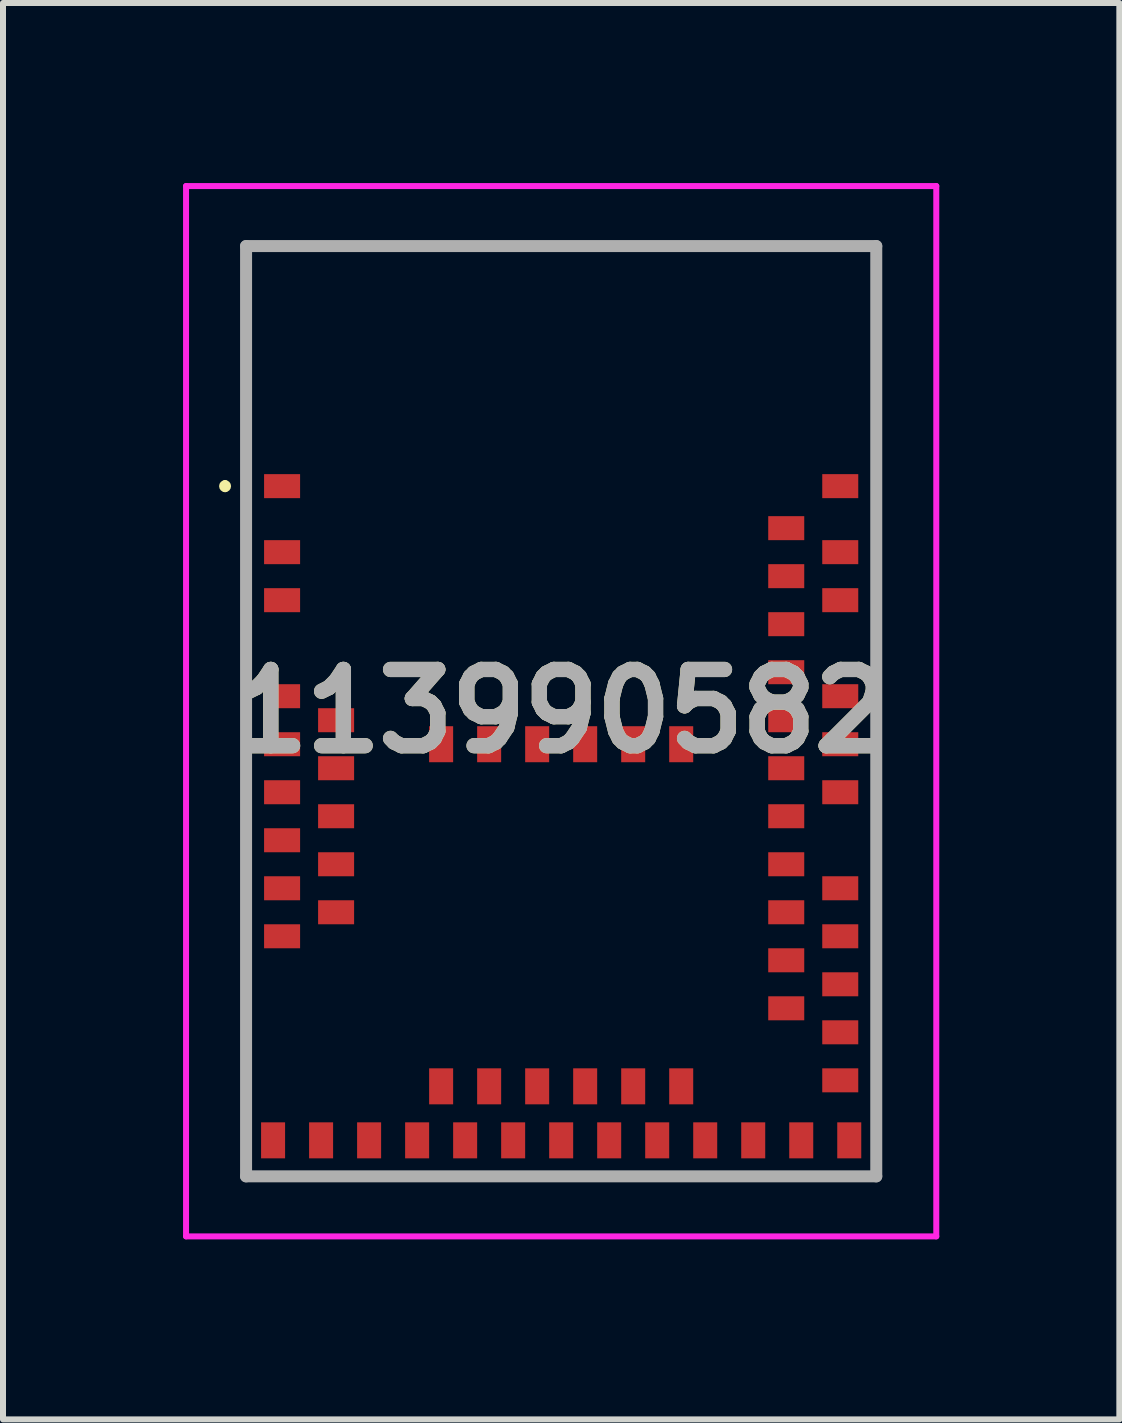
<source format=kicad_pcb>
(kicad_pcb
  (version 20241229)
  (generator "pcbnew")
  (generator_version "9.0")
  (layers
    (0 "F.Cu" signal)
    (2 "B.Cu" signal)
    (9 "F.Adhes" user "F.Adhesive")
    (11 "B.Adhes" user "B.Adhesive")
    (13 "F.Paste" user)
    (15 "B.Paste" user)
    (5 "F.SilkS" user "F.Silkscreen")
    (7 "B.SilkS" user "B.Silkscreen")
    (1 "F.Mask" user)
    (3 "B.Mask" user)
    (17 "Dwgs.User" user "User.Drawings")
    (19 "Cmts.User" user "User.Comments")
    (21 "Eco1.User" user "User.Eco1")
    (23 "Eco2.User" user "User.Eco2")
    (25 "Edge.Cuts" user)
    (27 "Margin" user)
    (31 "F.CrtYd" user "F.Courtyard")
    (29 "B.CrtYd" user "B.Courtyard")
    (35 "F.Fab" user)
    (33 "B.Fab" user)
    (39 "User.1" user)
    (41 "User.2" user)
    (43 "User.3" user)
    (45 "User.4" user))
  (footprint "113990582"
    (layer "F.Cu")
    (at 6.3 8.8)
    (property "Reference" "113990582" (at 0 0 0) (layer "F.SilkS") (effects (font (size 1.27 1.27) (thickness 0.254))))
    (attr smd)
    (fp_line (start -5.6 -3.8) (end -5.6 -3.8) (stroke (width 0.1) (type solid)) (layer "F.SilkS"))
    (fp_line (start -5.6 -3.7) (end -5.6 -3.7) (stroke (width 0.1) (type solid)) (layer "F.SilkS"))
    (fp_line (start -5.25 -7.75) (end 5.25 -7.75) (stroke (width 0.1) (type solid)) (layer "F.SilkS"))
    (fp_line (start -5.25 7.75) (end -5.25 -7.75) (stroke (width 0.1) (type solid)) (layer "F.SilkS"))
    (fp_line (start 5.25 -7.75) (end 5.25 7.75) (stroke (width 0.1) (type solid)) (layer "F.SilkS"))
    (fp_line (start 5.25 7.75) (end -5.25 7.75) (stroke (width 0.1) (type solid)) (layer "F.SilkS"))
    (fp_arc (start -5.6 -3.8) (mid -5.55 -3.75) (end -5.6 -3.7) (stroke (width 0.1) (type solid)) (layer "F.SilkS"))
    (fp_arc (start -5.6 -3.7) (mid -5.65 -3.75) (end -5.6 -3.8) (stroke (width 0.1) (type solid)) (layer "F.SilkS"))
    (fp_line (start -6.25 -8.75) (end 6.25 -8.75) (stroke (width 0.1) (type solid)) (layer "F.CrtYd"))
    (fp_line (start -6.25 8.75) (end -6.25 -8.75) (stroke (width 0.1) (type solid)) (layer "F.CrtYd"))
    (fp_line (start 6.25 -8.75) (end 6.25 8.75) (stroke (width 0.1) (type solid)) (layer "F.CrtYd"))
    (fp_line (start 6.25 8.75) (end -6.25 8.75) (stroke (width 0.1) (type solid)) (layer "F.CrtYd"))
    (fp_line (start -5.25 -7.75) (end 5.25 -7.75) (stroke (width 0.2) (type solid)) (layer "F.Fab"))
    (fp_line (start -5.25 7.75) (end -5.25 -7.75) (stroke (width 0.2) (type solid)) (layer "F.Fab"))
    (fp_line (start 5.25 -7.75) (end 5.25 7.75) (stroke (width 0.2) (type solid)) (layer "F.Fab"))
    (fp_line (start 5.25 7.75) (end -5.25 7.75) (stroke (width 0.2) (type solid)) (layer "F.Fab"))
    (fp_text user "${REFERENCE}" (at 0 0 0) (layer "F.Fab") (effects (font (size 1.27 1.27) (thickness 0.254))))
    (pad "1" smd rect (at -4.65 -3.75 90) (size 0.4 0.6) (layers "F.Cu" "F.Mask" "F.Paste"))
    (pad "2" smd rect (at -4.65 -2.65 90) (size 0.4 0.6) (layers "F.Cu" "F.Mask" "F.Paste"))
    (pad "3" smd rect (at -4.65 -1.85 90) (size 0.4 0.6) (layers "F.Cu" "F.Mask" "F.Paste"))
    (pad "4" smd rect (at -4.65 -0.25 90) (size 0.4 0.6) (layers "F.Cu" "F.Mask" "F.Paste"))
    (pad "5" smd rect (at -3.75 0.15 90) (size 0.4 0.6) (layers "F.Cu" "F.Mask" "F.Paste"))
    (pad "6" smd rect (at -4.65 0.55 90) (size 0.4 0.6) (layers "F.Cu" "F.Mask" "F.Paste"))
    (pad "7" smd rect (at -3.75 0.95 90) (size 0.4 0.6) (layers "F.Cu" "F.Mask" "F.Paste"))
    (pad "8" smd rect (at -4.65 1.35 90) (size 0.4 0.6) (layers "F.Cu" "F.Mask" "F.Paste"))
    (pad "9" smd rect (at -3.75 1.75 90) (size 0.4 0.6) (layers "F.Cu" "F.Mask" "F.Paste"))
    (pad "10" smd rect (at -4.65 2.15 90) (size 0.4 0.6) (layers "F.Cu" "F.Mask" "F.Paste"))
    (pad "11" smd rect (at -3.75 2.55 90) (size 0.4 0.6) (layers "F.Cu" "F.Mask" "F.Paste"))
    (pad "12" smd rect (at -4.65 2.95 90) (size 0.4 0.6) (layers "F.Cu" "F.Mask" "F.Paste"))
    (pad "13" smd rect (at -3.75 3.35 90) (size 0.4 0.6) (layers "F.Cu" "F.Mask" "F.Paste"))
    (pad "14" smd rect (at -4.65 3.75 90) (size 0.4 0.6) (layers "F.Cu" "F.Mask" "F.Paste"))
    (pad "15" smd rect (at -4.8 7.15) (size 0.4 0.6) (layers "F.Cu" "F.Mask" "F.Paste"))
    (pad "16" smd rect (at -4 7.15) (size 0.4 0.6) (layers "F.Cu" "F.Mask" "F.Paste"))
    (pad "17" smd rect (at -3.2 7.15) (size 0.4 0.6) (layers "F.Cu" "F.Mask" "F.Paste"))
    (pad "18" smd rect (at -2.4 7.15) (size 0.4 0.6) (layers "F.Cu" "F.Mask" "F.Paste"))
    (pad "19" smd rect (at -2 6.25) (size 0.4 0.6) (layers "F.Cu" "F.Mask" "F.Paste"))
    (pad "20" smd rect (at -1.6 7.15) (size 0.4 0.6) (layers "F.Cu" "F.Mask" "F.Paste"))
    (pad "21" smd rect (at -1.2 6.25) (size 0.4 0.6) (layers "F.Cu" "F.Mask" "F.Paste"))
    (pad "22" smd rect (at -0.8 7.15) (size 0.4 0.6) (layers "F.Cu" "F.Mask" "F.Paste"))
    (pad "23" smd rect (at -0.4 6.25) (size 0.4 0.6) (layers "F.Cu" "F.Mask" "F.Paste"))
    (pad "24" smd rect (at 0 7.15) (size 0.4 0.6) (layers "F.Cu" "F.Mask" "F.Paste"))
    (pad "25" smd rect (at 0.4 6.25) (size 0.4 0.6) (layers "F.Cu" "F.Mask" "F.Paste"))
    (pad "26" smd rect (at 0.8 7.15) (size 0.4 0.6) (layers "F.Cu" "F.Mask" "F.Paste"))
    (pad "27" smd rect (at 1.2 6.25) (size 0.4 0.6) (layers "F.Cu" "F.Mask" "F.Paste"))
    (pad "28" smd rect (at 1.6 7.15) (size 0.4 0.6) (layers "F.Cu" "F.Mask" "F.Paste"))
    (pad "29" smd rect (at 2 6.25) (size 0.4 0.6) (layers "F.Cu" "F.Mask" "F.Paste"))
    (pad "30" smd rect (at 2.4 7.15) (size 0.4 0.6) (layers "F.Cu" "F.Mask" "F.Paste"))
    (pad "31" smd rect (at 3.2 7.15) (size 0.4 0.6) (layers "F.Cu" "F.Mask" "F.Paste"))
    (pad "32" smd rect (at 4 7.15) (size 0.4 0.6) (layers "F.Cu" "F.Mask" "F.Paste"))
    (pad "33" smd rect (at 4.8 7.15) (size 0.4 0.6) (layers "F.Cu" "F.Mask" "F.Paste"))
    (pad "34" smd rect (at 4.65 6.15 90) (size 0.4 0.6) (layers "F.Cu" "F.Mask" "F.Paste"))
    (pad "35" smd rect (at 4.65 5.35 90) (size 0.4 0.6) (layers "F.Cu" "F.Mask" "F.Paste"))
    (pad "36" smd rect (at 3.75 4.95 90) (size 0.4 0.6) (layers "F.Cu" "F.Mask" "F.Paste"))
    (pad "37" smd rect (at 4.65 4.55 90) (size 0.4 0.6) (layers "F.Cu" "F.Mask" "F.Paste"))
    (pad "38" smd rect (at 3.75 4.15 90) (size 0.4 0.6) (layers "F.Cu" "F.Mask" "F.Paste"))
    (pad "39" smd rect (at 4.65 3.75 90) (size 0.4 0.6) (layers "F.Cu" "F.Mask" "F.Paste"))
    (pad "40" smd rect (at 3.75 3.35 90) (size 0.4 0.6) (layers "F.Cu" "F.Mask" "F.Paste"))
    (pad "41" smd rect (at 4.65 2.95 90) (size 0.4 0.6) (layers "F.Cu" "F.Mask" "F.Paste"))
    (pad "42" smd rect (at 3.75 2.55 90) (size 0.4 0.6) (layers "F.Cu" "F.Mask" "F.Paste"))
    (pad "43" smd rect (at 3.75 1.75 90) (size 0.4 0.6) (layers "F.Cu" "F.Mask" "F.Paste"))
    (pad "44" smd rect (at 4.65 1.35 90) (size 0.4 0.6) (layers "F.Cu" "F.Mask" "F.Paste"))
    (pad "45" smd rect (at 3.75 0.95 90) (size 0.4 0.6) (layers "F.Cu" "F.Mask" "F.Paste"))
    (pad "46" smd rect (at 4.65 0.55 90) (size 0.4 0.6) (layers "F.Cu" "F.Mask" "F.Paste"))
    (pad "47" smd rect (at 3.75 0.15 90) (size 0.4 0.6) (layers "F.Cu" "F.Mask" "F.Paste"))
    (pad "48" smd rect (at 4.65 -0.25 90) (size 0.4 0.6) (layers "F.Cu" "F.Mask" "F.Paste"))
    (pad "49" smd rect (at 3.75 -0.65 90) (size 0.4 0.6) (layers "F.Cu" "F.Mask" "F.Paste"))
    (pad "50" smd rect (at 3.75 -1.45 90) (size 0.4 0.6) (layers "F.Cu" "F.Mask" "F.Paste"))
    (pad "51" smd rect (at 4.65 -1.85 90) (size 0.4 0.6) (layers "F.Cu" "F.Mask" "F.Paste"))
    (pad "52" smd rect (at 3.75 -2.25 90) (size 0.4 0.6) (layers "F.Cu" "F.Mask" "F.Paste"))
    (pad "53" smd rect (at 4.65 -2.65 90) (size 0.4 0.6) (layers "F.Cu" "F.Mask" "F.Paste"))
    (pad "54" smd rect (at 3.75 -3.05 90) (size 0.4 0.6) (layers "F.Cu" "F.Mask" "F.Paste"))
    (pad "55" smd rect (at 4.65 -3.75 90) (size 0.4 0.6) (layers "F.Cu" "F.Mask" "F.Paste"))
    (pad "56" smd rect (at -2 0.55) (size 0.4 0.6) (layers "F.Cu" "F.Mask" "F.Paste"))
    (pad "57" smd rect (at -1.2 0.55) (size 0.4 0.6) (layers "F.Cu" "F.Mask" "F.Paste"))
    (pad "58" smd rect (at -0.4 0.55) (size 0.4 0.6) (layers "F.Cu" "F.Mask" "F.Paste"))
    (pad "59" smd rect (at 0.4 0.55) (size 0.4 0.6) (layers "F.Cu" "F.Mask" "F.Paste"))
    (pad "60" smd rect (at 1.2 0.55) (size 0.4 0.6) (layers "F.Cu" "F.Mask" "F.Paste"))
    (pad "61" smd rect (at 2 0.55) (size 0.4 0.6) (layers "F.Cu" "F.Mask" "F.Paste")))
  (gr_rect
    (start -3 -3)
    (end 15.6 20.6)
    (stroke (width 0.1) (type default))
    (fill no)
    (layer "Edge.Cuts")))
</source>
